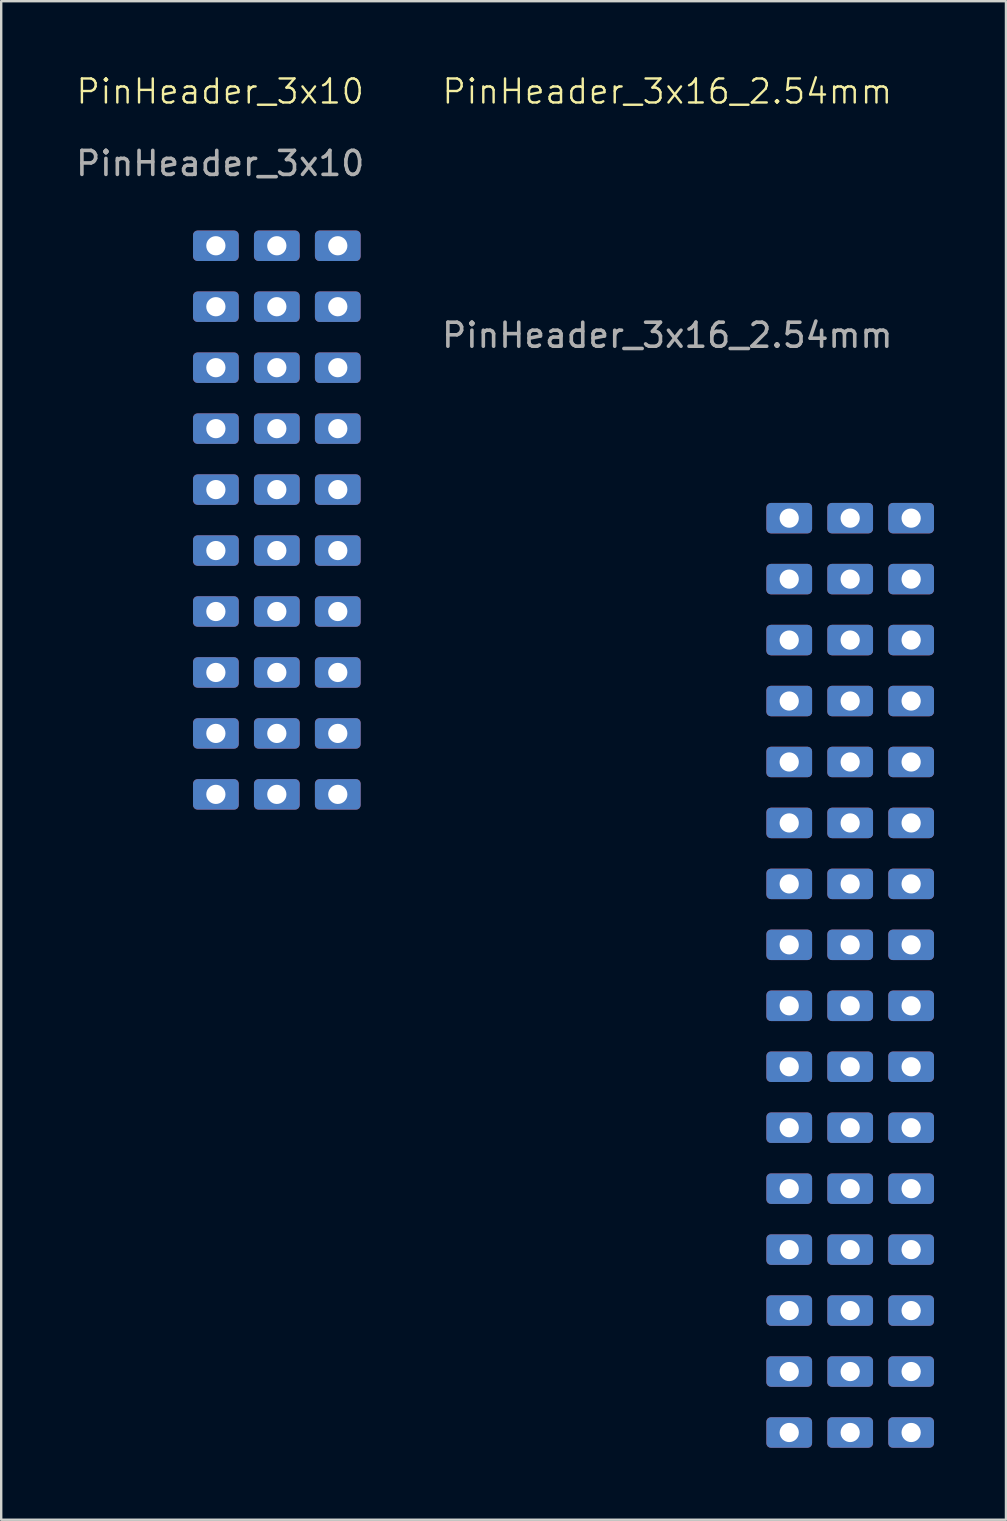
<source format=kicad_pcb>
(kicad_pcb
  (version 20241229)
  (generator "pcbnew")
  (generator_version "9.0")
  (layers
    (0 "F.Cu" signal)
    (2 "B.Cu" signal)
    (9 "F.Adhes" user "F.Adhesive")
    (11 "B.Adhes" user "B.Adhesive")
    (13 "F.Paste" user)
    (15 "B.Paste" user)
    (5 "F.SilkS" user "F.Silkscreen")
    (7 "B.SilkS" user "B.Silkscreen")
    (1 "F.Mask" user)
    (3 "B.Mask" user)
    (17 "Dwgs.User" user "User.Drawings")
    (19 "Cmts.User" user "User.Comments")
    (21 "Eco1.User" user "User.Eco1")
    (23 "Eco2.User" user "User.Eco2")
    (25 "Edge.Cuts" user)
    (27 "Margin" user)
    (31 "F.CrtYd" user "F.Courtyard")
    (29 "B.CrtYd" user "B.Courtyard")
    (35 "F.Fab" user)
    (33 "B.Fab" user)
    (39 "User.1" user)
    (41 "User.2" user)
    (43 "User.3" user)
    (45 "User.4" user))
  (footprint "PinHeader_3x16_2.54mm"
    (layer "F.Cu")
    (at 29.836 18.541)
    (property "Reference" "PinHeader_3x16_2.54mm" (at -5.08 -17.78 0) (unlocked yes) (layer "F.SilkS") (effects (font (size 1 1) (thickness 0.1))))
    (attr smd)
    (fp_text user "${REFERENCE}" (at -5.08 -7.62 0) (unlocked yes) (layer "F.Fab") (effects (font (size 1 1) (thickness 0.15))))
    (pad "1" thru_hole roundrect (at 0 0) (size 1.905 1.27) (drill 0.8) (layers "*.Cu" "*.Mask") (roundrect_rratio 0.15))
    (pad "2" thru_hole roundrect (at 0 2.54) (size 1.905 1.27) (drill 0.8) (layers "*.Cu" "*.Mask") (roundrect_rratio 0.15))
    (pad "3" thru_hole roundrect (at 0 5.08) (size 1.905 1.27) (drill 0.8) (layers "*.Cu" "*.Mask") (roundrect_rratio 0.15))
    (pad "4" thru_hole roundrect (at 0 7.62) (size 1.905 1.27) (drill 0.8) (layers "*.Cu" "*.Mask") (roundrect_rratio 0.15))
    (pad "5" thru_hole roundrect (at 0 10.16) (size 1.905 1.27) (drill 0.8) (layers "*.Cu" "*.Mask") (roundrect_rratio 0.15))
    (pad "6" thru_hole roundrect (at 0 12.7) (size 1.905 1.27) (drill 0.8) (layers "*.Cu" "*.Mask") (roundrect_rratio 0.15))
    (pad "7" thru_hole roundrect (at 0 15.24) (size 1.905 1.27) (drill 0.8) (layers "*.Cu" "*.Mask") (roundrect_rratio 0.15))
    (pad "8" thru_hole roundrect (at 0 17.78) (size 1.905 1.27) (drill 0.8) (layers "*.Cu" "*.Mask") (roundrect_rratio 0.15))
    (pad "9" thru_hole roundrect (at 0 20.32) (size 1.905 1.27) (drill 0.8) (layers "*.Cu" "*.Mask") (roundrect_rratio 0.15))
    (pad "10" thru_hole roundrect (at 0 22.86) (size 1.905 1.27) (drill 0.8) (layers "*.Cu" "*.Mask") (roundrect_rratio 0.15))
    (pad "11" thru_hole roundrect (at 0 25.4) (size 1.905 1.27) (drill 0.8) (layers "*.Cu" "*.Mask") (roundrect_rratio 0.15))
    (pad "12" thru_hole roundrect (at 0 27.94) (size 1.905 1.27) (drill 0.8) (layers "*.Cu" "*.Mask") (roundrect_rratio 0.15))
    (pad "13" thru_hole roundrect (at 0 30.48) (size 1.905 1.27) (drill 0.8) (layers "*.Cu" "*.Mask") (roundrect_rratio 0.15))
    (pad "14" thru_hole roundrect (at 0 33.02) (size 1.905 1.27) (drill 0.8) (layers "*.Cu" "*.Mask") (roundrect_rratio 0.15))
    (pad "15" thru_hole roundrect (at 0 35.56) (size 1.905 1.27) (drill 0.8) (layers "*.Cu" "*.Mask") (roundrect_rratio 0.15))
    (pad "16" thru_hole roundrect (at 0 38.1) (size 1.905 1.27) (drill 0.8) (layers "*.Cu" "*.Mask") (roundrect_rratio 0.15))
    (pad "17" thru_hole roundrect (at 2.54 0) (size 1.905 1.27) (drill 0.8) (layers "*.Cu" "*.Mask") (roundrect_rratio 0.15))
    (pad "18" thru_hole roundrect (at 2.54 2.54) (size 1.905 1.27) (drill 0.8) (layers "*.Cu" "*.Mask") (roundrect_rratio 0.15))
    (pad "19" thru_hole roundrect (at 2.54 5.08) (size 1.905 1.27) (drill 0.8) (layers "*.Cu" "*.Mask") (roundrect_rratio 0.15))
    (pad "20" thru_hole roundrect (at 2.54 7.62) (size 1.905 1.27) (drill 0.8) (layers "*.Cu" "*.Mask") (roundrect_rratio 0.15))
    (pad "21" thru_hole roundrect (at 2.54 10.16) (size 1.905 1.27) (drill 0.8) (layers "*.Cu" "*.Mask") (roundrect_rratio 0.15))
    (pad "22" thru_hole roundrect (at 2.54 12.7) (size 1.905 1.27) (drill 0.8) (layers "*.Cu" "*.Mask") (roundrect_rratio 0.15))
    (pad "23" thru_hole roundrect (at 2.54 15.24) (size 1.905 1.27) (drill 0.8) (layers "*.Cu" "*.Mask") (roundrect_rratio 0.15))
    (pad "24" thru_hole roundrect (at 2.54 17.78) (size 1.905 1.27) (drill 0.8) (layers "*.Cu" "*.Mask") (roundrect_rratio 0.15))
    (pad "25" thru_hole roundrect (at 2.54 20.32) (size 1.905 1.27) (drill 0.8) (layers "*.Cu" "*.Mask") (roundrect_rratio 0.15))
    (pad "26" thru_hole roundrect (at 2.54 22.86) (size 1.905 1.27) (drill 0.8) (layers "*.Cu" "*.Mask") (roundrect_rratio 0.15))
    (pad "27" thru_hole roundrect (at 2.54 25.4) (size 1.905 1.27) (drill 0.8) (layers "*.Cu" "*.Mask") (roundrect_rratio 0.15))
    (pad "28" thru_hole roundrect (at 2.54 27.94) (size 1.905 1.27) (drill 0.8) (layers "*.Cu" "*.Mask") (roundrect_rratio 0.15))
    (pad "29" thru_hole roundrect (at 2.54 30.48) (size 1.905 1.27) (drill 0.8) (layers "*.Cu" "*.Mask") (roundrect_rratio 0.15))
    (pad "30" thru_hole roundrect (at 2.54 33.02) (size 1.905 1.27) (drill 0.8) (layers "*.Cu" "*.Mask") (roundrect_rratio 0.15))
    (pad "31" thru_hole roundrect (at 2.54 35.56) (size 1.905 1.27) (drill 0.8) (layers "*.Cu" "*.Mask") (roundrect_rratio 0.15))
    (pad "32" thru_hole roundrect (at 2.54 38.1) (size 1.905 1.27) (drill 0.8) (layers "*.Cu" "*.Mask") (roundrect_rratio 0.15))
    (pad "33" thru_hole roundrect (at 5.08 2.54) (size 1.905 1.27) (drill 0.8) (layers "*.Cu" "*.Mask") (roundrect_rratio 0.15))
    (pad "34" thru_hole roundrect (at 5.08 0) (size 1.905 1.27) (drill 0.8) (layers "*.Cu" "*.Mask") (roundrect_rratio 0.15))
    (pad "35" thru_hole roundrect (at 5.08 5.08) (size 1.905 1.27) (drill 0.8) (layers "*.Cu" "*.Mask") (roundrect_rratio 0.15))
    (pad "36" thru_hole roundrect (at 5.08 7.62) (size 1.905 1.27) (drill 0.8) (layers "*.Cu" "*.Mask") (roundrect_rratio 0.15))
    (pad "37" thru_hole roundrect (at 5.08 12.7) (size 1.905 1.27) (drill 0.8) (layers "*.Cu" "*.Mask") (roundrect_rratio 0.15))
    (pad "38" thru_hole roundrect (at 5.08 10.16) (size 1.905 1.27) (drill 0.8) (layers "*.Cu" "*.Mask") (roundrect_rratio 0.15))
    (pad "39" thru_hole roundrect (at 5.08 15.24) (size 1.905 1.27) (drill 0.8) (layers "*.Cu" "*.Mask") (roundrect_rratio 0.15))
    (pad "40" thru_hole roundrect (at 5.08 17.78) (size 1.905 1.27) (drill 0.8) (layers "*.Cu" "*.Mask") (roundrect_rratio 0.15))
    (pad "41" thru_hole roundrect (at 5.08 20.32) (size 1.905 1.27) (drill 0.8) (layers "*.Cu" "*.Mask") (roundrect_rratio 0.15))
    (pad "42" thru_hole roundrect (at 5.08 22.86) (size 1.905 1.27) (drill 0.8) (layers "*.Cu" "*.Mask") (roundrect_rratio 0.15))
    (pad "43" thru_hole roundrect (at 5.08 25.4) (size 1.905 1.27) (drill 0.8) (layers "*.Cu" "*.Mask") (roundrect_rratio 0.15))
    (pad "44" thru_hole roundrect (at 5.08 27.94) (size 1.905 1.27) (drill 0.8) (layers "*.Cu" "*.Mask") (roundrect_rratio 0.15))
    (pad "45" thru_hole roundrect (at 5.08 30.48) (size 1.905 1.27) (drill 0.8) (layers "*.Cu" "*.Mask") (roundrect_rratio 0.15))
    (pad "46" thru_hole roundrect (at 5.08 33.02) (size 1.905 1.27) (drill 0.8) (layers "*.Cu" "*.Mask") (roundrect_rratio 0.15))
    (pad "47" thru_hole roundrect (at 5.08 35.56) (size 1.905 1.27) (drill 0.8) (layers "*.Cu" "*.Mask") (roundrect_rratio 0.15))
    (pad "48" thru_hole roundrect (at 5.08 38.1) (size 1.905 1.27) (drill 0.8) (layers "*.Cu" "*.Mask") (roundrect_rratio 0.15)))
  (footprint "PinHeader_3x10"
    (layer "F.Cu")
    (at 5.945 7.191)
    (property "Reference" "PinHeader_3x10" (at 0.18 -6.43 0) (unlocked yes) (layer "F.SilkS") (effects (font (size 1 1) (thickness 0.1))))
    (attr smd)
    (fp_text user "${REFERENCE}" (at 0.18 -3.43 0) (unlocked yes) (layer "F.Fab") (effects (font (size 1 1) (thickness 0.15))))
    (pad "1" thru_hole roundrect (at 5.08 0) (size 1.905 1.27) (drill 0.8) (layers "*.Cu" "F.Mask" "F.Paste") (roundrect_rratio 0.15))
    (pad "2" thru_hole roundrect (at 5.08 2.54) (size 1.905 1.27) (drill 0.8) (layers "*.Cu" "F.Mask" "F.Paste") (roundrect_rratio 0.15))
    (pad "3" thru_hole roundrect (at 5.08 5.08) (size 1.905 1.27) (drill 0.8) (layers "*.Cu" "F.Mask" "F.Paste") (roundrect_rratio 0.15))
    (pad "4" thru_hole roundrect (at 5.08 7.62) (size 1.905 1.27) (drill 0.8) (layers "*.Cu" "F.Mask" "F.Paste") (roundrect_rratio 0.15))
    (pad "5" thru_hole roundrect (at 5.08 10.16) (size 1.905 1.27) (drill 0.8) (layers "*.Cu" "F.Mask" "F.Paste") (roundrect_rratio 0.15))
    (pad "6" thru_hole roundrect (at 5.08 12.7) (size 1.905 1.27) (drill 0.8) (layers "*.Cu" "F.Mask" "F.Paste") (roundrect_rratio 0.15))
    (pad "7" thru_hole roundrect (at 5.08 15.24) (size 1.905 1.27) (drill 0.8) (layers "*.Cu" "F.Mask" "F.Paste") (roundrect_rratio 0.15))
    (pad "8" thru_hole roundrect (at 5.08 17.78) (size 1.905 1.27) (drill 0.8) (layers "*.Cu" "F.Mask" "F.Paste") (roundrect_rratio 0.15))
    (pad "9" thru_hole roundrect (at 5.08 20.32) (size 1.905 1.27) (drill 0.8) (layers "*.Cu" "F.Mask" "F.Paste") (roundrect_rratio 0.15))
    (pad "10" thru_hole roundrect (at 5.08 22.86) (size 1.905 1.27) (drill 0.8) (layers "*.Cu" "F.Mask" "F.Paste") (roundrect_rratio 0.15))
    (pad "11" thru_hole roundrect (at 0 0) (size 1.905 1.27) (drill 0.8) (layers "*.Cu" "*.Mask") (roundrect_rratio 0.15))
    (pad "12" thru_hole roundrect (at 0 2.54) (size 1.905 1.27) (drill 0.8) (layers "*.Cu" "F.Mask" "F.Paste") (roundrect_rratio 0.15))
    (pad "13" thru_hole roundrect (at 0 5.08) (size 1.905 1.27) (drill 0.8) (layers "*.Cu" "F.Mask" "F.Paste") (roundrect_rratio 0.15))
    (pad "14" thru_hole roundrect (at 0 7.62) (size 1.905 1.27) (drill 0.8) (layers "*.Cu" "F.Mask" "F.Paste") (roundrect_rratio 0.15))
    (pad "15" thru_hole roundrect (at 0 10.16) (size 1.905 1.27) (drill 0.8) (layers "*.Cu" "F.Mask" "F.Paste") (roundrect_rratio 0.15))
    (pad "16" thru_hole roundrect (at 0 12.7) (size 1.905 1.27) (drill 0.8) (layers "*.Cu" "F.Mask" "F.Paste") (roundrect_rratio 0.15))
    (pad "17" thru_hole roundrect (at 0 15.24) (size 1.905 1.27) (drill 0.8) (layers "*.Cu" "F.Mask" "F.Paste") (roundrect_rratio 0.15))
    (pad "18" thru_hole roundrect (at 0 17.78) (size 1.905 1.27) (drill 0.8) (layers "*.Cu" "F.Mask" "F.Paste") (roundrect_rratio 0.15))
    (pad "19" thru_hole roundrect (at 0 20.32) (size 1.905 1.27) (drill 0.8) (layers "*.Cu" "F.Mask" "F.Paste") (roundrect_rratio 0.15))
    (pad "20" thru_hole roundrect (at 0 22.86) (size 1.905 1.27) (drill 0.8) (layers "*.Cu" "F.Mask" "F.Paste") (roundrect_rratio 0.15))
    (pad "21" thru_hole roundrect (at 2.54 0) (size 1.905 1.27) (drill 0.8) (layers "*.Cu" "F.Mask" "F.Paste") (roundrect_rratio 0.15))
    (pad "22" thru_hole roundrect (at 2.54 2.54) (size 1.905 1.27) (drill 0.8) (layers "*.Cu" "F.Mask" "F.Paste") (roundrect_rratio 0.15))
    (pad "23" thru_hole roundrect (at 2.54 5.08) (size 1.905 1.27) (drill 0.8) (layers "*.Cu" "F.Mask" "F.Paste") (roundrect_rratio 0.15))
    (pad "24" thru_hole roundrect (at 2.54 7.62) (size 1.905 1.27) (drill 0.8) (layers "*.Cu" "F.Mask" "F.Paste") (roundrect_rratio 0.15))
    (pad "25" thru_hole roundrect (at 2.54 10.16) (size 1.905 1.27) (drill 0.8) (layers "*.Cu" "F.Mask" "F.Paste") (roundrect_rratio 0.15))
    (pad "26" thru_hole roundrect (at 2.54 12.7) (size 1.905 1.27) (drill 0.8) (layers "*.Cu" "F.Mask" "F.Paste") (roundrect_rratio 0.15))
    (pad "27" thru_hole roundrect (at 2.54 15.24) (size 1.905 1.27) (drill 0.8) (layers "*.Cu" "F.Mask" "F.Paste") (roundrect_rratio 0.15))
    (pad "28" thru_hole roundrect (at 2.54 17.78) (size 1.905 1.27) (drill 0.8) (layers "*.Cu" "F.Mask" "F.Paste") (roundrect_rratio 0.15))
    (pad "29" thru_hole roundrect (at 2.54 20.32) (size 1.905 1.27) (drill 0.8) (layers "*.Cu" "F.Mask" "F.Paste") (roundrect_rratio 0.15))
    (pad "30" thru_hole roundrect (at 2.54 22.86) (size 1.905 1.27) (drill 0.8) (layers "*.Cu" "F.Mask" "F.Paste") (roundrect_rratio 0.15)))
  (gr_rect
    (start -3 -3)
    (end 38.868 60.276)
    (stroke (width 0.1) (type default))
    (fill no)
    (layer "Edge.Cuts")))
</source>
